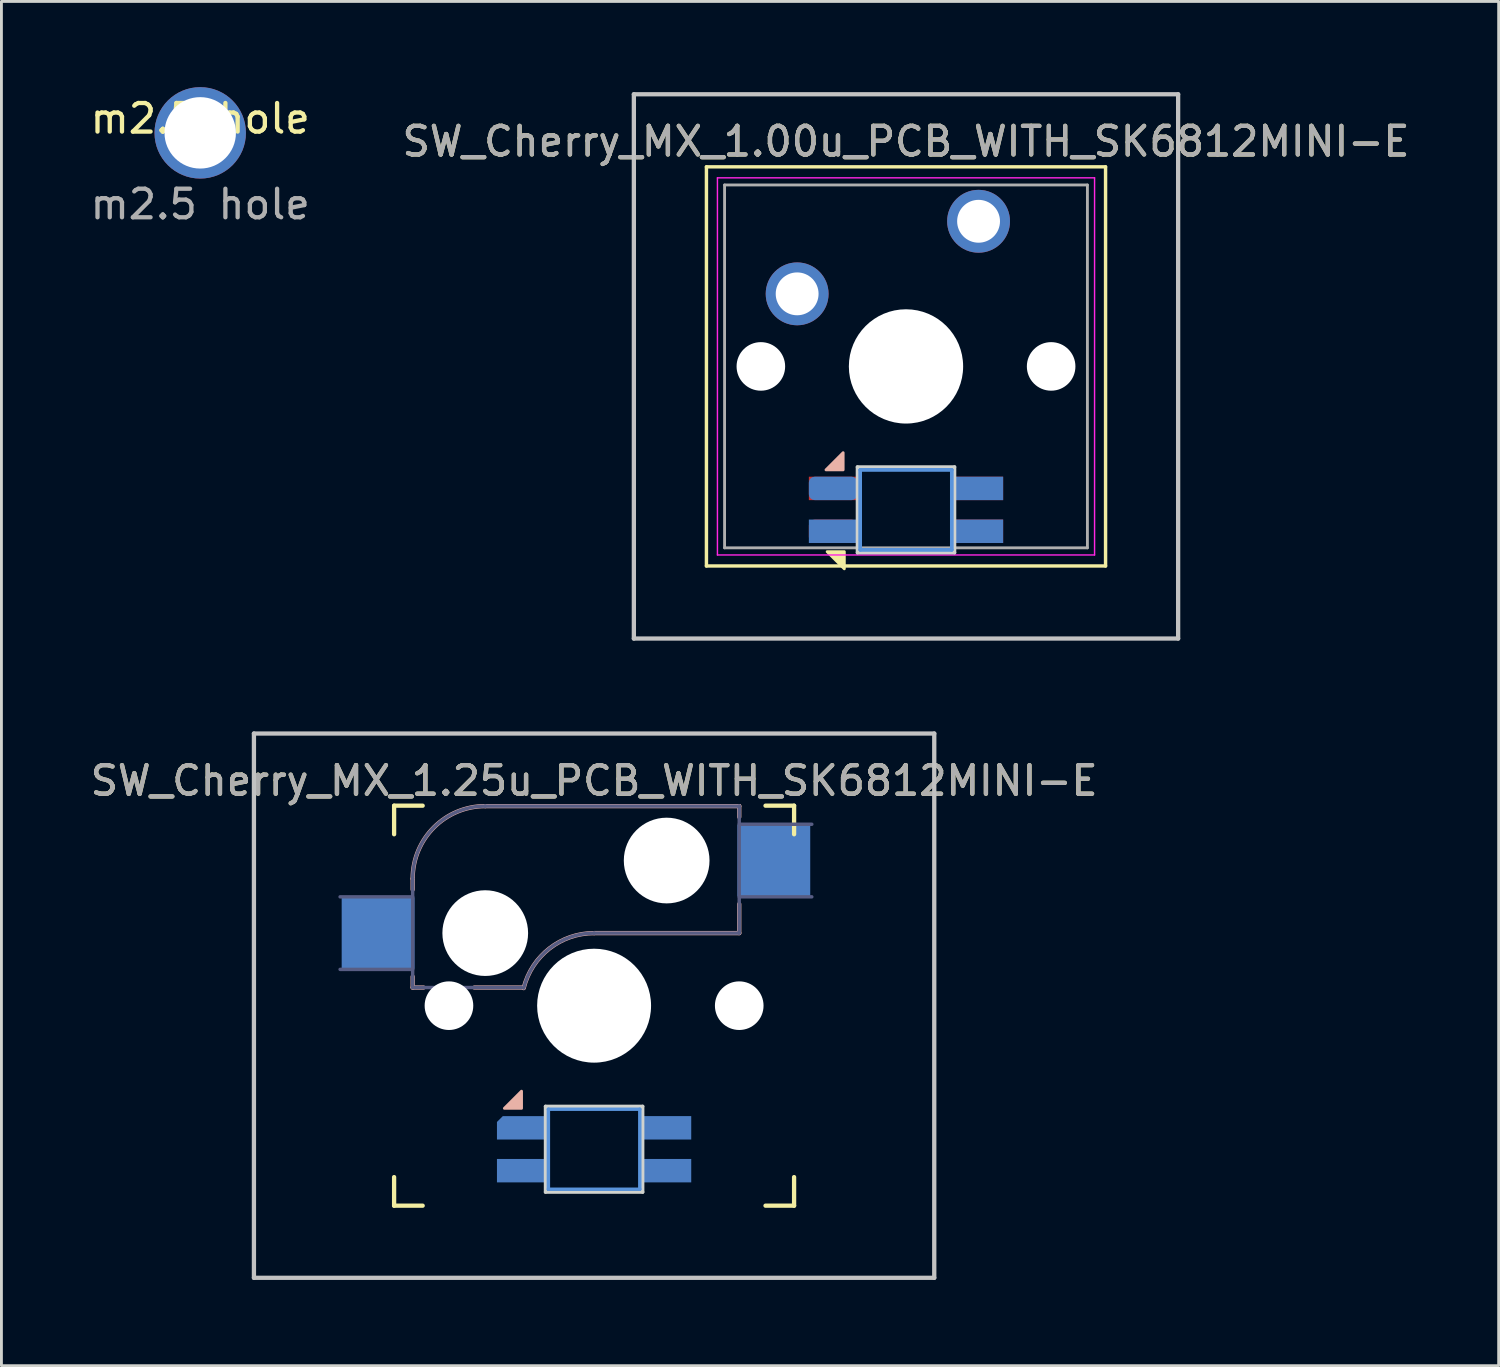
<source format=kicad_pcb>
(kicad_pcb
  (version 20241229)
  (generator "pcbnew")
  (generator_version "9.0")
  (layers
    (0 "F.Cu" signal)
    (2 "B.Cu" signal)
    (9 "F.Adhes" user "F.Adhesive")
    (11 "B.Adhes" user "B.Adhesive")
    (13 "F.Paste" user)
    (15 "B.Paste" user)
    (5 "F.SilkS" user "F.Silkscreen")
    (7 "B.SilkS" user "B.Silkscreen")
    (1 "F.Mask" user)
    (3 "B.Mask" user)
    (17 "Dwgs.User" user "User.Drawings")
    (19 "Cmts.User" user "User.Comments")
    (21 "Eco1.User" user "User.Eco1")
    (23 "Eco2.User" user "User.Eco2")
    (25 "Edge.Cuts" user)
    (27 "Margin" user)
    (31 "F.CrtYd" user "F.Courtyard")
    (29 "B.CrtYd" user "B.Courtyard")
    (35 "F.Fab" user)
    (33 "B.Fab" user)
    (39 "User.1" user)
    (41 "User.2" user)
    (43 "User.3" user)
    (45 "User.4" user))
  (footprint "SW_Cherry_MX_1.25u_PCB_WITH_SK6812MINI-E"
    (layer "F.Cu")
    (at 29.65 22.625)
    (property "Reference" "SW_Cherry_MX_1.25u_PCB_WITH_SK6812MINI-E" (at -11.906 1.651 0) (layer "F.SilkS") (effects (font (size 1 1) (thickness 0.15))))
    (attr through_hole)
    (fp_line (start -18.906 3.525) (end -18.906 2.525) (stroke (width 0.15) (type solid)) (layer "F.SilkS"))
    (fp_line (start -18.906 16.525) (end -18.906 15.525) (stroke (width 0.15) (type solid)) (layer "F.SilkS"))
    (fp_line (start -18.906 16.525) (end -17.906 16.525) (stroke (width 0.15) (type solid)) (layer "F.SilkS"))
    (fp_line (start -17.906 2.525) (end -18.906 2.525) (stroke (width 0.15) (type solid)) (layer "F.SilkS"))
    (fp_line (start -5.906 16.525) (end -4.906 16.525) (stroke (width 0.15) (type solid)) (layer "F.SilkS"))
    (fp_line (start -4.906 2.525) (end -5.906 2.525) (stroke (width 0.15) (type solid)) (layer "F.SilkS"))
    (fp_line (start -4.906 2.525) (end -4.906 3.525) (stroke (width 0.15) (type solid)) (layer "F.SilkS"))
    (fp_line (start -4.906 15.525) (end -4.906 16.525) (stroke (width 0.15) (type solid)) (layer "F.SilkS"))
    (fp_line (start -18.256 5.08) (end -18.256 5.461) (stroke (width 0.15) (type solid)) (layer "B.SilkS"))
    (fp_line (start -18.256 8.509) (end -18.256 8.89) (stroke (width 0.15) (type solid)) (layer "B.SilkS"))
    (fp_line (start -17.875 8.89) (end -18.256 8.89) (stroke (width 0.15) (type solid)) (layer "B.SilkS"))
    (fp_line (start -15.716 2.54) (end -6.826 2.54) (stroke (width 0.15) (type solid)) (layer "B.SilkS"))
    (fp_line (start -14.37 8.89) (end -16.097 8.89) (stroke (width 0.15) (type solid)) (layer "B.SilkS"))
    (fp_line (start -6.826 2.54) (end -6.826 2.921) (stroke (width 0.15) (type solid)) (layer "B.SilkS"))
    (fp_line (start -6.826 5.969) (end -6.826 6.985) (stroke (width 0.15) (type solid)) (layer "B.SilkS"))
    (fp_line (start -6.826 6.985) (end -11.906 6.985) (stroke (width 0.15) (type solid)) (layer "B.SilkS"))
    (fp_arc (start -18.25625 5.08) (mid -17.512301 3.283949) (end -15.71625 2.54) (stroke (width 0.15) (type solid)) (layer "B.SilkS"))
    (fp_arc (start -14.370412 8.90896) (mid -13.469397 7.522958) (end -11.90625 6.985) (stroke (width 0.15) (type solid)) (layer "B.SilkS"))
    (fp_poly (pts (xy -14.446 12.518) (xy -14.446 13.118) (xy -15.046 13.118)) (stroke (width 0.1) (type solid)) (fill yes) (layer "B.SilkS"))
    (fp_line (start -23.812 0) (end 0 0) (stroke (width 0.15) (type solid)) (layer "Dwgs.User"))
    (fp_line (start -23.812 19.05) (end -23.812 0) (stroke (width 0.15) (type solid)) (layer "Dwgs.User"))
    (fp_line (start 0 0) (end 0 19.05) (stroke (width 0.15) (type solid)) (layer "Dwgs.User"))
    (fp_line (start 0 19.05) (end -23.812 19.05) (stroke (width 0.15) (type solid)) (layer "Dwgs.User"))
    (fp_line (start -13.506 13.15) (end -13.506 15.95) (stroke (width 0.12) (type solid)) (layer "Cmts.User"))
    (fp_line (start -13.506 13.15) (end -10.306 13.15) (stroke (width 0.12) (type solid)) (layer "Cmts.User"))
    (fp_line (start -10.306 15.95) (end -13.506 15.95) (stroke (width 0.12) (type solid)) (layer "Cmts.User"))
    (fp_line (start -10.306 15.95) (end -10.306 13.15) (stroke (width 0.12) (type solid)) (layer "Cmts.User"))
    (fp_line (start -18.806 16.425) (end -18.806 2.625) (stroke (width 0.15) (type solid)) (layer "Eco2.User"))
    (fp_line (start -18.806 16.425) (end -5.006 16.425) (stroke (width 0.15) (type solid)) (layer "Eco2.User"))
    (fp_line (start -5.006 2.625) (end -18.806 2.625) (stroke (width 0.15) (type solid)) (layer "Eco2.User"))
    (fp_line (start -5.006 2.625) (end -5.006 16.425) (stroke (width 0.15) (type solid)) (layer "Eco2.User"))
    (fp_line (start -13.606 13.05) (end -13.606 16.05) (stroke (width 0.12) (type solid)) (layer "Edge.Cuts"))
    (fp_line (start -13.606 13.05) (end -10.206 13.05) (stroke (width 0.12) (type solid)) (layer "Edge.Cuts"))
    (fp_line (start -10.206 16.05) (end -13.606 16.05) (stroke (width 0.12) (type solid)) (layer "Edge.Cuts"))
    (fp_line (start -10.206 16.05) (end -10.206 13.05) (stroke (width 0.12) (type solid)) (layer "Edge.Cuts"))
    (fp_line (start -20.796 5.715) (end -18.256 5.715) (stroke (width 0.12) (type solid)) (layer "B.Fab"))
    (fp_line (start -18.256 8.255) (end -20.796 8.255) (stroke (width 0.12) (type solid)) (layer "B.Fab"))
    (fp_line (start -18.256 8.89) (end -18.256 5.08) (stroke (width 0.12) (type solid)) (layer "B.Fab"))
    (fp_line (start -18.256 8.89) (end -14.446 8.89) (stroke (width 0.12) (type solid)) (layer "B.Fab"))
    (fp_line (start -15.716 2.54) (end -6.826 2.54) (stroke (width 0.12) (type solid)) (layer "B.Fab"))
    (fp_line (start -6.826 2.54) (end -6.826 6.985) (stroke (width 0.12) (type solid)) (layer "B.Fab"))
    (fp_line (start -6.826 3.175) (end -4.286 3.175) (stroke (width 0.12) (type solid)) (layer "B.Fab"))
    (fp_line (start -6.826 6.985) (end -11.906 6.985) (stroke (width 0.12) (type solid)) (layer "B.Fab"))
    (fp_line (start -4.286 5.715) (end -6.826 5.715) (stroke (width 0.12) (type solid)) (layer "B.Fab"))
    (fp_arc (start -18.25625 5.08) (mid -17.512301 3.283949) (end -15.71625 2.54) (stroke (width 0.12) (type solid)) (layer "B.Fab"))
    (fp_arc (start -14.370412 8.90896) (mid -13.469397 7.522958) (end -11.90625 6.985) (stroke (width 0.12) (type solid)) (layer "B.Fab"))
    (fp_text user "${REFERENCE}" (at -11.906 1.651 0) (layer "F.Fab") (effects (font (size 1 1) (thickness 0.15))))
    (pad "" np_thru_hole circle (at -16.986 9.525) (size 1.702 1.702) (drill 1.702) (layers "*.Cu" "*.Mask"))
    (pad "" np_thru_hole circle (at -15.716 6.985) (size 3 3) (drill 3) (layers "*.Cu" "*.Mask"))
    (pad "" np_thru_hole circle (at -11.906 9.525) (size 3.988 3.988) (drill 3.988) (layers "*.Cu" "*.Mask"))
    (pad "" np_thru_hole circle (at -9.366 4.445) (size 3 3) (drill 3) (layers "*.Cu" "*.Mask"))
    (pad "" np_thru_hole circle (at -6.826 9.525) (size 1.702 1.702) (drill 1.702) (layers "*.Cu" "*.Mask"))
    (pad "11" smd rect (at -5.616 4.445) (size 2.55 2.5) (layers "B.Cu" "B.Mask" "B.Paste"))
    (pad "12" smd rect (at -19.466 6.985) (size 2.55 2.5) (layers "B.Cu" "B.Mask" "B.Paste"))
    (pad "21" smd rect (at -9.356 15.3 180) (size 1.7 0.82) (layers "B.Cu" "B.Mask" "B.Paste"))
    (pad "22" smd rect (at -9.356 13.8 180) (size 1.7 0.82) (layers "B.Cu" "B.Mask" "B.Paste"))
    (pad "23" smd roundrect (at -14.456 13.8 180) (size 1.7 0.82) (layers "B.Cu" "B.Mask" "B.Paste") (roundrect_rratio 0) (chamfer_ratio 0.25) (chamfer bottom_right))
    (pad "24" smd rect (at -14.456 15.3 180) (size 1.7 0.82) (layers "B.Cu" "B.Mask" "B.Paste")))
  (footprint "SW_Cherry_MX_1.00u_PCB_WITH_SK6812MINI-E"
    (layer "F.Cu")
    (at 38.186 0.25)
    (property "Reference" "SW_Cherry_MX_1.00u_PCB_WITH_SK6812MINI-E" (at -9.525 1.651 0) (layer "F.SilkS") (effects (font (size 1 1) (thickness 0.15))))
    (attr through_hole)
    (fp_line (start -16.51 2.54) (end -2.54 2.54) (stroke (width 0.12) (type solid)) (layer "F.SilkS"))
    (fp_line (start -16.51 16.51) (end -16.51 2.54) (stroke (width 0.12) (type solid)) (layer "F.SilkS"))
    (fp_line (start -2.54 2.54) (end -2.54 16.51) (stroke (width 0.12) (type solid)) (layer "F.SilkS"))
    (fp_line (start -2.54 16.51) (end -16.51 16.51) (stroke (width 0.12) (type solid)) (layer "F.SilkS"))
    (fp_poly (pts (xy -12.284 16.009) (xy -11.684 16.009) (xy -11.684 16.609)) (stroke (width 0.1) (type solid)) (fill yes) (layer "F.SilkS"))
    (fp_poly (pts (xy -12.325 13.145) (xy -11.725 13.145) (xy -11.725 12.545)) (stroke (width 0.1) (type solid)) (fill yes) (layer "B.SilkS"))
    (fp_line (start -19.05 0) (end 0 0) (stroke (width 0.15) (type solid)) (layer "Dwgs.User"))
    (fp_line (start -19.05 19.05) (end -19.05 0) (stroke (width 0.15) (type solid)) (layer "Dwgs.User"))
    (fp_line (start 0 0) (end 0 19.05) (stroke (width 0.15) (type solid)) (layer "Dwgs.User"))
    (fp_line (start 0 19.05) (end -19.05 19.05) (stroke (width 0.15) (type solid)) (layer "Dwgs.User"))
    (fp_line (start -11.125 13.145) (end -11.125 15.945) (stroke (width 0.12) (type solid)) (layer "Cmts.User"))
    (fp_line (start -11.125 13.145) (end -7.925 13.145) (stroke (width 0.12) (type solid)) (layer "Cmts.User"))
    (fp_line (start -11.125 15.945) (end -11.125 13.145) (stroke (width 0.12) (type solid)) (layer "Cmts.User"))
    (fp_line (start -11.125 15.945) (end -7.925 15.945) (stroke (width 0.12) (type solid)) (layer "Cmts.User"))
    (fp_line (start -7.925 13.145) (end -11.125 13.145) (stroke (width 0.12) (type solid)) (layer "Cmts.User"))
    (fp_line (start -7.925 13.145) (end -7.925 15.945) (stroke (width 0.12) (type solid)) (layer "Cmts.User"))
    (fp_line (start -7.925 15.945) (end -11.125 15.945) (stroke (width 0.12) (type solid)) (layer "Cmts.User"))
    (fp_line (start -7.925 15.945) (end -7.925 13.145) (stroke (width 0.12) (type solid)) (layer "Cmts.User"))
    (fp_line (start -11.225 13.045) (end -11.225 16.045) (stroke (width 0.12) (type solid)) (layer "Edge.Cuts"))
    (fp_line (start -11.225 16.045) (end -7.825 16.045) (stroke (width 0.12) (type solid)) (layer "Edge.Cuts"))
    (fp_line (start -7.825 13.045) (end -11.225 13.045) (stroke (width 0.12) (type solid)) (layer "Edge.Cuts"))
    (fp_line (start -7.825 16.045) (end -7.825 13.045) (stroke (width 0.12) (type solid)) (layer "Edge.Cuts"))
    (fp_line (start -16.125 2.925) (end -2.925 2.925) (stroke (width 0.05) (type solid)) (layer "F.CrtYd"))
    (fp_line (start -16.125 16.125) (end -16.125 2.925) (stroke (width 0.05) (type solid)) (layer "F.CrtYd"))
    (fp_line (start -2.925 2.925) (end -2.925 16.125) (stroke (width 0.05) (type solid)) (layer "F.CrtYd"))
    (fp_line (start -2.925 16.125) (end -16.125 16.125) (stroke (width 0.05) (type solid)) (layer "F.CrtYd"))
    (fp_line (start -15.875 3.175) (end -3.175 3.175) (stroke (width 0.1) (type solid)) (layer "F.Fab"))
    (fp_line (start -15.875 15.875) (end -15.875 3.175) (stroke (width 0.1) (type solid)) (layer "F.Fab"))
    (fp_line (start -3.175 3.175) (end -3.175 15.875) (stroke (width 0.1) (type solid)) (layer "F.Fab"))
    (fp_line (start -3.175 15.875) (end -15.875 15.875) (stroke (width 0.1) (type solid)) (layer "F.Fab"))
    (fp_text user "${REFERENCE}" (at -9.525 1.651 0) (layer "F.Fab") (effects (font (size 1 1) (thickness 0.15))))
    (pad "" np_thru_hole circle (at -14.605 9.525) (size 1.7 1.7) (drill 1.7) (layers "*.Cu" "*.Mask"))
    (pad "" np_thru_hole circle (at -9.525 9.525) (size 4 4) (drill 4) (layers "*.Cu" "*.Mask"))
    (pad "" np_thru_hole circle (at -4.445 9.525) (size 1.7 1.7) (drill 1.7) (layers "*.Cu" "*.Mask"))
    (pad "11" thru_hole circle (at -6.985 4.445) (size 2.2 2.2) (drill 1.5) (layers "*.Cu" "*.Mask"))
    (pad "12" thru_hole circle (at -13.335 6.985) (size 2.2 2.2) (drill 1.5) (layers "*.Cu" "*.Mask"))
    (pad "21" smd rect (at -6.975 13.795 180) (size 1.7 0.82) (layers "F.Cu" "F.Mask" "F.Paste"))
    (pad "21" smd rect (at -6.975 15.295) (size 1.7 0.82) (layers "B.Cu" "B.Mask" "B.Paste"))
    (pad "22" smd rect (at -6.975 13.795) (size 1.7 0.82) (layers "B.Cu" "B.Mask" "B.Paste"))
    (pad "22" smd rect (at -6.975 15.295 180) (size 1.7 0.82) (layers "F.Cu" "F.Mask" "F.Paste"))
    (pad "23" smd roundrect (at -12.075 13.795) (size 1.7 0.82) (layers "B.Cu" "B.Mask" "B.Paste") (roundrect_rratio 0.25))
    (pad "23" smd roundrect (at -12.075 15.295 180) (size 1.7 0.82) (layers "F.Cu" "F.Mask" "F.Paste") (roundrect_rratio 0.25))
    (pad "24" smd rect (at -12.075 13.795 180) (size 1.7 0.82) (layers "F.Cu" "F.Mask" "F.Paste"))
    (pad "24" smd rect (at -12.075 15.295) (size 1.7 0.82) (layers "B.Cu" "B.Mask" "B.Paste")))
  (footprint "m2.5 hole"
    (layer "F.Cu")
    (at 3.958 1.6)
    (property "Reference" "m2.5 hole" (at 0 -0.5 0) (unlocked yes) (layer "F.SilkS") (effects (font (size 1 1) (thickness 0.15))))
    (attr smd)
    (fp_text user "${REFERENCE}" (at 0 2.5 0) (unlocked yes) (layer "F.Fab") (effects (font (size 1 1) (thickness 0.15))))
    (pad "P0" thru_hole circle (at 0 0 180) (size 3.2 3.2) (drill 2.5) (layers "*.Cu" "*.Mask")))
  (gr_rect
    (start -3 -3)
    (end 49.405 44.75)
    (stroke (width 0.1) (type default))
    (fill no)
    (layer "Edge.Cuts")))
</source>
